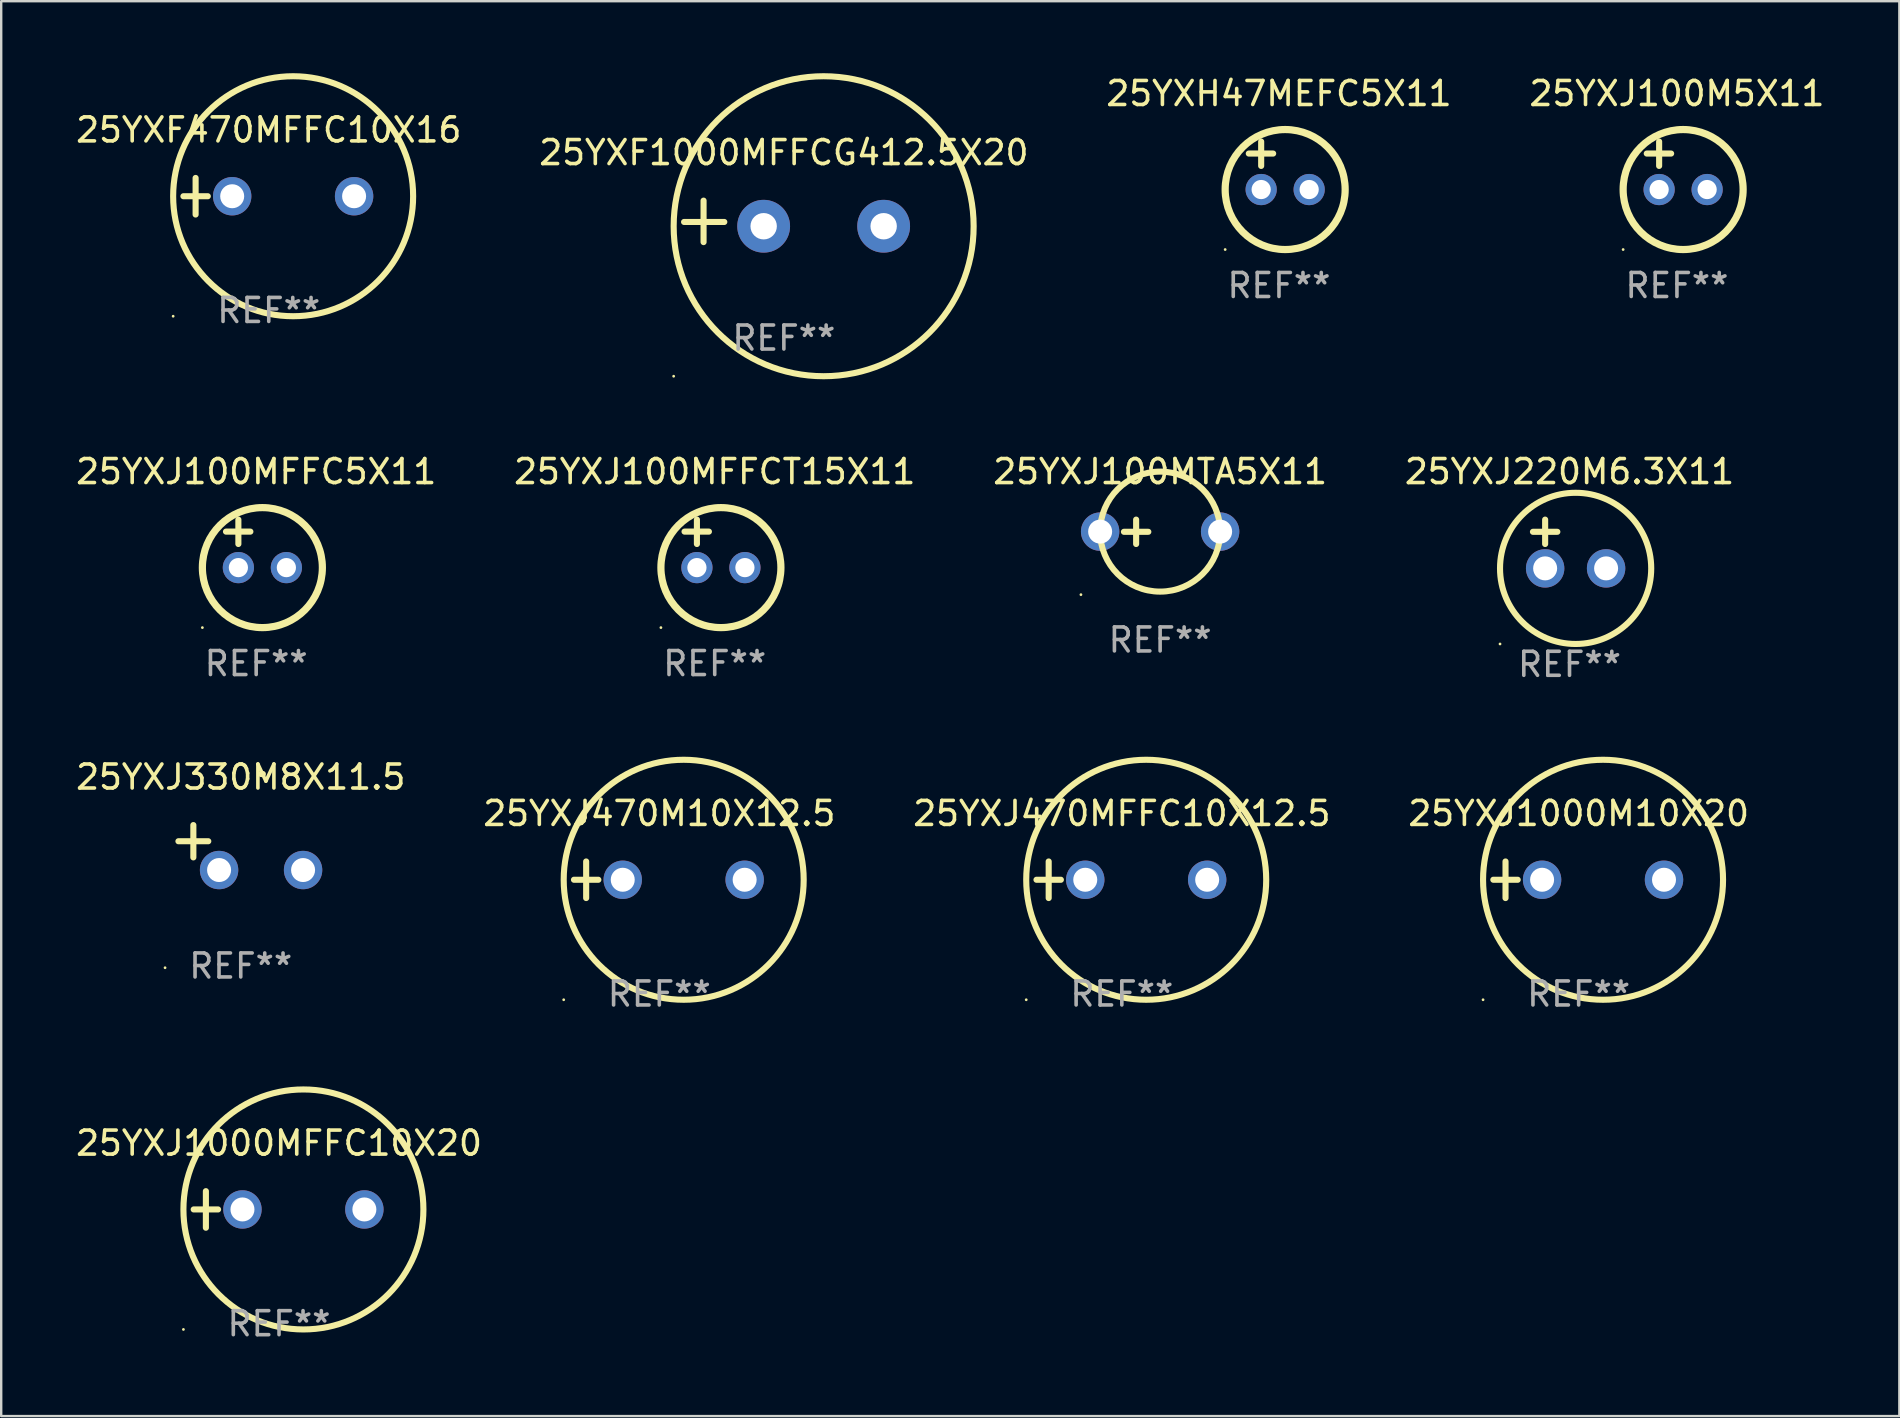
<source format=kicad_pcb>
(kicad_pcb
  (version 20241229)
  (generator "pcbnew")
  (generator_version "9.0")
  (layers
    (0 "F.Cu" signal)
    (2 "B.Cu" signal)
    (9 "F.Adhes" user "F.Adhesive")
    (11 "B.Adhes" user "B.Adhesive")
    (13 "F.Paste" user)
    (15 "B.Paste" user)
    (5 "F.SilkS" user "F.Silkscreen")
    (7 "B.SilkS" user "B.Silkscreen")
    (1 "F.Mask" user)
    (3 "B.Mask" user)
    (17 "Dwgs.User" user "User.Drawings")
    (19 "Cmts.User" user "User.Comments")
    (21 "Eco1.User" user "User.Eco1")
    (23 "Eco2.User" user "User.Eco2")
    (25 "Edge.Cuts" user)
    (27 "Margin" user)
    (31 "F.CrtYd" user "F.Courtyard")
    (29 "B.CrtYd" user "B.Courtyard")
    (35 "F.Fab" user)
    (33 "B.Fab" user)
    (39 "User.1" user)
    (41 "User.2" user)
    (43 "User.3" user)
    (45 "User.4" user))
  (footprint "25YXJ100MTA5X11"
    (layer "F.Cu")
    (at 45.292 19.11)
    (property "Reference" "25YXJ100MTA5X11" (at 0 -2.508 0) (layer "F.SilkS") (effects (font (size 1 1) (thickness 0.15))))
    (attr through_hole)
    (fp_line (start -1.508 0) (end -0.492 0) (stroke (width 0.254) (type solid)) (layer "F.SilkS"))
    (fp_line (start -1 -0.508) (end -1 0.508) (stroke (width 0.254) (type solid)) (layer "F.SilkS"))
    (fp_circle (center -3.3 2.619) (end -3.27 2.619) (stroke (width 0.06) (type solid)) (fill no) (layer "F.SilkS"))
    (fp_circle (center -0.000127 -0.008) (end 2.5 -0.008) (stroke (width 0.254) (type solid)) (fill no) (layer "F.SilkS"))
    (fp_text user "REF**" (at 0 4.508 0) (layer "F.Fab") (effects (font (size 1 1) (thickness 0.15))))
    (pad "1" thru_hole circle (at -2.5 -0.008) (size 1.6 1.6) (drill 1) (layers "*.Cu" "*.Mask"))
    (pad "2" thru_hole circle (at 2.5 -0.008) (size 1.6 1.6) (drill 1) (layers "*.Cu" "*.Mask")))
  (footprint "25YXJ100MFFCT15X11"
    (layer "F.Cu")
    (at 26.732 19.602)
    (property "Reference" "25YXJ100MFFCT15X11" (at 0 -3 0) (layer "F.SilkS") (effects (font (size 1 1) (thickness 0.15))))
    (attr through_hole)
    (fp_line (start -1.258 -0.5) (end -0.242 -0.5) (stroke (width 0.254) (type solid)) (layer "F.SilkS"))
    (fp_line (start -0.742 -1) (end -0.742 0.016) (stroke (width 0.254) (type solid)) (layer "F.SilkS"))
    (fp_circle (center -2.242 3.5) (end -2.212 3.5) (stroke (width 0.06) (type solid)) (fill no) (layer "F.SilkS"))
    (fp_circle (center 0.258 1) (end 2.758 1) (stroke (width 0.3) (type solid)) (fill no) (layer "F.SilkS"))
    (fp_text user "REF**" (at 0 5 0) (layer "F.Fab") (effects (font (size 1 1) (thickness 0.15))))
    (pad "1" thru_hole circle (at -0.742 1) (size 1.3 1.3) (drill 0.8) (layers "*.Cu" "*.Mask"))
    (pad "2" thru_hole circle (at 1.258 1) (size 1.3 1.3) (drill 0.8) (layers "*.Cu" "*.Mask")))
  (footprint "25YXF470MFFC10X16"
    (layer "F.Cu")
    (at 8.149 5.127)
    (property "Reference" "25YXF470MFFC10X16" (at 0 -2.762 0) (layer "F.SilkS") (effects (font (size 1 1) (thickness 0.15))))
    (attr through_hole)
    (fp_line (start -3.556 0) (end -2.54 0) (stroke (width 0.254) (type solid)) (layer "F.SilkS"))
    (fp_line (start -3.048 -0.762) (end -3.048 0.762) (stroke (width 0.254) (type solid)) (layer "F.SilkS"))
    (fp_circle (center -3.984 5) (end -3.954 5) (stroke (width 0.06) (type solid)) (fill no) (layer "F.SilkS"))
    (fp_circle (center 1.016 0) (end 6.016 0) (stroke (width 0.254) (type solid)) (fill no) (layer "F.SilkS"))
    (fp_text user "REF**" (at 0 4.762 0) (layer "F.Fab") (effects (font (size 1 1) (thickness 0.15))))
    (pad "1" thru_hole circle (at -1.524 0) (size 1.6 1.6) (drill 1) (layers "*.Cu" "*.Mask"))
    (pad "2" thru_hole circle (at 3.556 0) (size 1.6 1.6) (drill 1) (layers "*.Cu" "*.Mask")))
  (footprint "25YXJ100M5X11"
    (layer "F.Cu")
    (at 66.827 3.848)
    (property "Reference" "25YXJ100M5X11" (at 0 -3 0) (layer "F.SilkS") (effects (font (size 1 1) (thickness 0.15))))
    (attr through_hole)
    (fp_line (start -1.258 -0.5) (end -0.242 -0.5) (stroke (width 0.254) (type solid)) (layer "F.SilkS"))
    (fp_line (start -0.742 -1) (end -0.742 0.016) (stroke (width 0.254) (type solid)) (layer "F.SilkS"))
    (fp_circle (center -2.242 3.5) (end -2.212 3.5) (stroke (width 0.06) (type solid)) (fill no) (layer "F.SilkS"))
    (fp_circle (center 0.258 1) (end 2.758 1) (stroke (width 0.3) (type solid)) (fill no) (layer "F.SilkS"))
    (fp_text user "REF**" (at 0 5 0) (layer "F.Fab") (effects (font (size 1 1) (thickness 0.15))))
    (pad "1" thru_hole circle (at -0.742 1) (size 1.3 1.3) (drill 0.8) (layers "*.Cu" "*.Mask"))
    (pad "2" thru_hole circle (at 1.258 1) (size 1.3 1.3) (drill 0.8) (layers "*.Cu" "*.Mask")))
  (footprint "25YXJ1000MFFC10X20"
    (layer "F.Cu")
    (at 8.577 47.347)
    (property "Reference" "25YXJ1000MFFC10X20" (at 0 -2.762 0) (layer "F.SilkS") (effects (font (size 1 1) (thickness 0.15))))
    (attr through_hole)
    (fp_line (start -3.556 0) (end -2.54 0) (stroke (width 0.254) (type solid)) (layer "F.SilkS"))
    (fp_line (start -3.048 -0.762) (end -3.048 0.762) (stroke (width 0.254) (type solid)) (layer "F.SilkS"))
    (fp_circle (center -3.984 5) (end -3.954 5) (stroke (width 0.06) (type solid)) (fill no) (layer "F.SilkS"))
    (fp_circle (center 1.016 0) (end 6.016 0) (stroke (width 0.254) (type solid)) (fill no) (layer "F.SilkS"))
    (fp_text user "REF**" (at 0 4.762 0) (layer "F.Fab") (effects (font (size 1 1) (thickness 0.15))))
    (pad "1" thru_hole circle (at -1.524 0) (size 1.6 1.6) (drill 1) (layers "*.Cu" "*.Mask"))
    (pad "2" thru_hole circle (at 3.556 0) (size 1.6 1.6) (drill 1) (layers "*.Cu" "*.Mask")))
  (footprint "25YXH47MEFC5X11"
    (layer "F.Cu")
    (at 50.244 3.848)
    (property "Reference" "25YXH47MEFC5X11" (at 0 -3 0) (layer "F.SilkS") (effects (font (size 1 1) (thickness 0.15))))
    (attr through_hole)
    (fp_line (start -1.258 -0.5) (end -0.242 -0.5) (stroke (width 0.254) (type solid)) (layer "F.SilkS"))
    (fp_line (start -0.742 -1) (end -0.742 0.016) (stroke (width 0.254) (type solid)) (layer "F.SilkS"))
    (fp_circle (center -2.242 3.5) (end -2.212 3.5) (stroke (width 0.06) (type solid)) (fill no) (layer "F.SilkS"))
    (fp_circle (center 0.258 1) (end 2.758 1) (stroke (width 0.3) (type solid)) (fill no) (layer "F.SilkS"))
    (fp_text user "REF**" (at 0 5 0) (layer "F.Fab") (effects (font (size 1 1) (thickness 0.15))))
    (pad "1" thru_hole circle (at -0.742 1) (size 1.3 1.3) (drill 0.8) (layers "*.Cu" "*.Mask"))
    (pad "2" thru_hole circle (at 1.258 1) (size 1.3 1.3) (drill 0.8) (layers "*.Cu" "*.Mask")))
  (footprint "25YXJ1000M10X20"
    (layer "F.Cu")
    (at 62.732 33.609)
    (property "Reference" "25YXJ1000M10X20" (at 0 -2.762 0) (layer "F.SilkS") (effects (font (size 1 1) (thickness 0.15))))
    (attr through_hole)
    (fp_line (start -3.556 0) (end -2.54 0) (stroke (width 0.254) (type solid)) (layer "F.SilkS"))
    (fp_line (start -3.048 -0.762) (end -3.048 0.762) (stroke (width 0.254) (type solid)) (layer "F.SilkS"))
    (fp_circle (center -3.984 5) (end -3.954 5) (stroke (width 0.06) (type solid)) (fill no) (layer "F.SilkS"))
    (fp_circle (center 1.016 0) (end 6.016 0) (stroke (width 0.254) (type solid)) (fill no) (layer "F.SilkS"))
    (fp_text user "REF**" (at 0 4.762 0) (layer "F.Fab") (effects (font (size 1 1) (thickness 0.15))))
    (pad "1" thru_hole circle (at -1.524 0) (size 1.6 1.6) (drill 1) (layers "*.Cu" "*.Mask"))
    (pad "2" thru_hole circle (at 3.556 0) (size 1.6 1.6) (drill 1) (layers "*.Cu" "*.Mask")))
  (footprint "25YXF1000MFFCG412.5X20"
    (layer "F.Cu")
    (at 29.613 6.174)
    (property "Reference" "25YXF1000MFFCG412.5X20" (at 0 -2.864 0) (layer "F.SilkS") (effects (font (size 1 1) (thickness 0.15))))
    (attr through_hole)
    (fp_line (start -3.346 0.864) (end -3.346 -0.864) (stroke (width 0.254) (type solid)) (layer "F.SilkS"))
    (fp_line (start -2.482 0.025) (end -4.158 0.025) (stroke (width 0.254) (type solid)) (layer "F.SilkS"))
    (fp_circle (center -4.592 6.453) (end -4.562 6.453) (stroke (width 0.06) (type solid)) (fill no) (layer "F.SilkS"))
    (fp_circle (center 1.658 0.203) (end 7.908 0.203) (stroke (width 0.254) (type solid)) (fill no) (layer "F.SilkS"))
    (fp_text user "REF**" (at 0 4.864 0) (layer "F.Fab") (effects (font (size 1 1) (thickness 0.15))))
    (pad "1" thru_hole circle (at -0.842 0.203) (size 2.2 2.2) (drill 1.1) (layers "*.Cu" "*.Mask"))
    (pad "2" thru_hole circle (at 4.158 0.203) (size 2.2 2.2) (drill 1.1) (layers "*.Cu" "*.Mask")))
  (footprint "25YXJ220M6.3X11"
    (layer "F.Cu")
    (at 62.351 19.618)
    (property "Reference" "25YXJ220M6.3X11" (at 0 -3.016 0) (layer "F.SilkS") (effects (font (size 1 1) (thickness 0.15))))
    (attr through_hole)
    (fp_line (start -1.524 -0.508) (end -0.508 -0.508) (stroke (width 0.254) (type solid)) (layer "F.SilkS"))
    (fp_line (start -1.016 -1.016) (end -1.016 0) (stroke (width 0.254) (type solid)) (layer "F.SilkS"))
    (fp_circle (center -2.896 4.166) (end -2.866 4.166) (stroke (width 0.06) (type solid)) (fill no) (layer "F.SilkS"))
    (fp_circle (center 0.254 1.016) (end 3.404 1.016) (stroke (width 0.254) (type solid)) (fill no) (layer "F.SilkS"))
    (fp_text user "REF**" (at 0 5.016 0) (layer "F.Fab") (effects (font (size 1 1) (thickness 0.15))))
    (pad "1" thru_hole circle (at -1.016 1.016) (size 1.6 1.6) (drill 1) (layers "*.Cu" "*.Mask"))
    (pad "2" thru_hole circle (at 1.524 1.016) (size 1.6 1.6) (drill 1) (layers "*.Cu" "*.Mask")))
  (footprint "25YXJ470M10X12.5"
    (layer "F.Cu")
    (at 24.423 33.609)
    (property "Reference" "25YXJ470M10X12.5" (at 0 -2.762 0) (layer "F.SilkS") (effects (font (size 1 1) (thickness 0.15))))
    (attr through_hole)
    (fp_line (start -3.556 0) (end -2.54 0) (stroke (width 0.254) (type solid)) (layer "F.SilkS"))
    (fp_line (start -3.048 -0.762) (end -3.048 0.762) (stroke (width 0.254) (type solid)) (layer "F.SilkS"))
    (fp_circle (center -3.984 5) (end -3.954 5) (stroke (width 0.06) (type solid)) (fill no) (layer "F.SilkS"))
    (fp_circle (center 1.016 0) (end 6.016 0) (stroke (width 0.254) (type solid)) (fill no) (layer "F.SilkS"))
    (fp_text user "REF**" (at 0 4.762 0) (layer "F.Fab") (effects (font (size 1 1) (thickness 0.15))))
    (pad "1" thru_hole circle (at -1.524 0) (size 1.6 1.6) (drill 1) (layers "*.Cu" "*.Mask"))
    (pad "2" thru_hole circle (at 3.556 0) (size 1.6 1.6) (drill 1) (layers "*.Cu" "*.Mask")))
  (footprint "25YXJ100MFFC5X11"
    (layer "F.Cu")
    (at 7.625 19.602)
    (property "Reference" "25YXJ100MFFC5X11" (at 0 -3 0) (layer "F.SilkS") (effects (font (size 1 1) (thickness 0.15))))
    (attr through_hole)
    (fp_line (start -1.258 -0.5) (end -0.242 -0.5) (stroke (width 0.254) (type solid)) (layer "F.SilkS"))
    (fp_line (start -0.742 -1) (end -0.742 0.016) (stroke (width 0.254) (type solid)) (layer "F.SilkS"))
    (fp_circle (center -2.242 3.5) (end -2.212 3.5) (stroke (width 0.06) (type solid)) (fill no) (layer "F.SilkS"))
    (fp_circle (center 0.258 1) (end 2.758 1) (stroke (width 0.3) (type solid)) (fill no) (layer "F.SilkS"))
    (fp_text user "REF**" (at 0 5 0) (layer "F.Fab") (effects (font (size 1 1) (thickness 0.15))))
    (pad "1" thru_hole circle (at -0.742 1) (size 1.3 1.3) (drill 0.8) (layers "*.Cu" "*.Mask"))
    (pad "2" thru_hole circle (at 1.258 1) (size 1.3 1.3) (drill 0.8) (layers "*.Cu" "*.Mask")))
  (footprint "25YXJ330M8X11.5"
    (layer "F.Cu")
    (at 6.982 32.267)
    (property "Reference" "25YXJ330M8X11.5" (at 0 -2.937 0) (layer "F.SilkS") (effects (font (size 1 1) (thickness 0.15))))
    (attr through_hole)
    (fp_line (start -1.975 0.41) (end -1.975 -0.937) (stroke (width 0.254) (type solid)) (layer "F.SilkS"))
    (fp_line (start -1.353 -0.263) (end -2.597 -0.263) (stroke (width 0.254) (type solid)) (layer "F.SilkS"))
    (fp_arc (start 0.849809 -3.063957) (mid 0.885369 -3.064114) (end 0.920929 -3.063957) (stroke (width 0.254001) (type solid)) (layer "F.SilkS"))
    (fp_circle (center -3.154 5.008) (end -3.124 5.008) (stroke (width 0.06) (type solid)) (fill no) (layer "F.SilkS"))
    (fp_text user "REF**" (at 0 4.937 0) (layer "F.Fab") (effects (font (size 1 1) (thickness 0.15))))
    (pad "1" thru_hole circle (at -0.903 0.937) (size 1.6 1.6) (drill 1) (layers "*.Cu" "*.Mask"))
    (pad "2" thru_hole circle (at 2.597 0.937) (size 1.6 1.6) (drill 1) (layers "*.Cu" "*.Mask")))
  (footprint "25YXJ470MFFC10X12.5"
    (layer "F.Cu")
    (at 43.696 33.609)
    (property "Reference" "25YXJ470MFFC10X12.5" (at 0 -2.762 0) (layer "F.SilkS") (effects (font (size 1 1) (thickness 0.15))))
    (attr through_hole)
    (fp_line (start -3.556 0) (end -2.54 0) (stroke (width 0.254) (type solid)) (layer "F.SilkS"))
    (fp_line (start -3.048 -0.762) (end -3.048 0.762) (stroke (width 0.254) (type solid)) (layer "F.SilkS"))
    (fp_circle (center -3.984 5) (end -3.954 5) (stroke (width 0.06) (type solid)) (fill no) (layer "F.SilkS"))
    (fp_circle (center 1.016 0) (end 6.016 0) (stroke (width 0.254) (type solid)) (fill no) (layer "F.SilkS"))
    (fp_text user "REF**" (at 0 4.762 0) (layer "F.Fab") (effects (font (size 1 1) (thickness 0.15))))
    (pad "1" thru_hole circle (at -1.524 0) (size 1.6 1.6) (drill 1) (layers "*.Cu" "*.Mask"))
    (pad "2" thru_hole circle (at 3.556 0) (size 1.6 1.6) (drill 1) (layers "*.Cu" "*.Mask")))
  (gr_rect
    (start -3 -3)
    (end 76.095 55.957)
    (stroke (width 0.1) (type default))
    (fill no)
    (layer "Edge.Cuts")))
</source>
